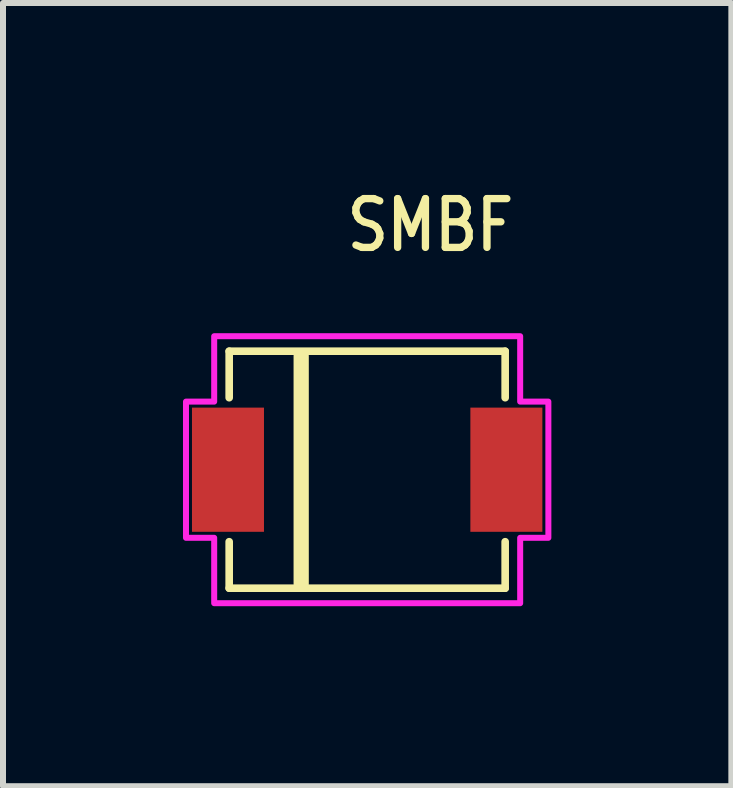
<source format=kicad_pcb>
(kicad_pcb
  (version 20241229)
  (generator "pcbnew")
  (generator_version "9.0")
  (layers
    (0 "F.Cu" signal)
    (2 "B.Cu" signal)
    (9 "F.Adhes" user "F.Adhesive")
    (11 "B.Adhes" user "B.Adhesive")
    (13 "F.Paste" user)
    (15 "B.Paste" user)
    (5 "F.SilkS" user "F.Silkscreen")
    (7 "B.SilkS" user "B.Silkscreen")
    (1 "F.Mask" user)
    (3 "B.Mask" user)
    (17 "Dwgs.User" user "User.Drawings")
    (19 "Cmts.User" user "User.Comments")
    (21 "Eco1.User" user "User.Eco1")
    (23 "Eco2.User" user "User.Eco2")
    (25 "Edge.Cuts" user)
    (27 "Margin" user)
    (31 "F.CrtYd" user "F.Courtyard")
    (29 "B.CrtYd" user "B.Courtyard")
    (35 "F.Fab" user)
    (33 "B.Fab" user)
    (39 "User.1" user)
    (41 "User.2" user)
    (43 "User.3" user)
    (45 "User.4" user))
  (footprint "SMBF"
    (layer "F.Cu")
    (at 3.07 4.779)
    (property "Reference" "SMBF" (at -0.4 -3.6 0) (unlocked yes) (layer "F.SilkS") (effects (font (size 0.813 0.695) (thickness 0.122)) (justify left bottom)))
    (fp_line (start -2.3 -1.975) (end -2.3 -1.2) (stroke (width 0.127) (type solid)) (layer "F.SilkS"))
    (fp_line (start -2.3 -1.975) (end 2.3 -1.975) (stroke (width 0.127) (type solid)) (layer "F.SilkS"))
    (fp_line (start -2.3 1.975) (end -2.3 1.2) (stroke (width 0.127) (type solid)) (layer "F.SilkS"))
    (fp_line (start -2.3 1.975) (end 2.3 1.975) (stroke (width 0.127) (type solid)) (layer "F.SilkS"))
    (fp_line (start -1.1 -1.9) (end -1.1 1.9) (stroke (width 0.254) (type solid)) (layer "F.SilkS"))
    (fp_line (start 2.3 -1.975) (end 2.3 -1.2) (stroke (width 0.127) (type solid)) (layer "F.SilkS"))
    (fp_line (start 2.3 1.975) (end 2.3 1.2) (stroke (width 0.127) (type solid)) (layer "F.SilkS"))
    (fp_poly (pts (xy -3.02 -1.135) (xy -2.55 -1.135) (xy -2.55 -2.225) (xy 2.55 -2.225) (xy 2.55 -1.135) (xy 3.02 -1.135) (xy 3.02 1.135) (xy 2.55 1.135) (xy 2.55 2.225) (xy -2.55 2.225) (xy -2.55 1.135) (xy -3.02 1.135)) (stroke (width 0.1) (type solid)) (fill no) (layer "F.CrtYd"))
    (pad "ANODE" smd rect (at 2.32 0) (size 1.2 2.07) (layers "F.Cu" "F.Mask" "F.Paste"))
    (pad "CATHODE" smd rect (at -2.32 0) (size 1.2 2.07) (layers "F.Cu" "F.Mask" "F.Paste")))
  (gr_rect
    (start -3 -3)
    (end 9.14 10.054)
    (stroke (width 0.1) (type default))
    (fill no)
    (layer "Edge.Cuts")))
</source>
